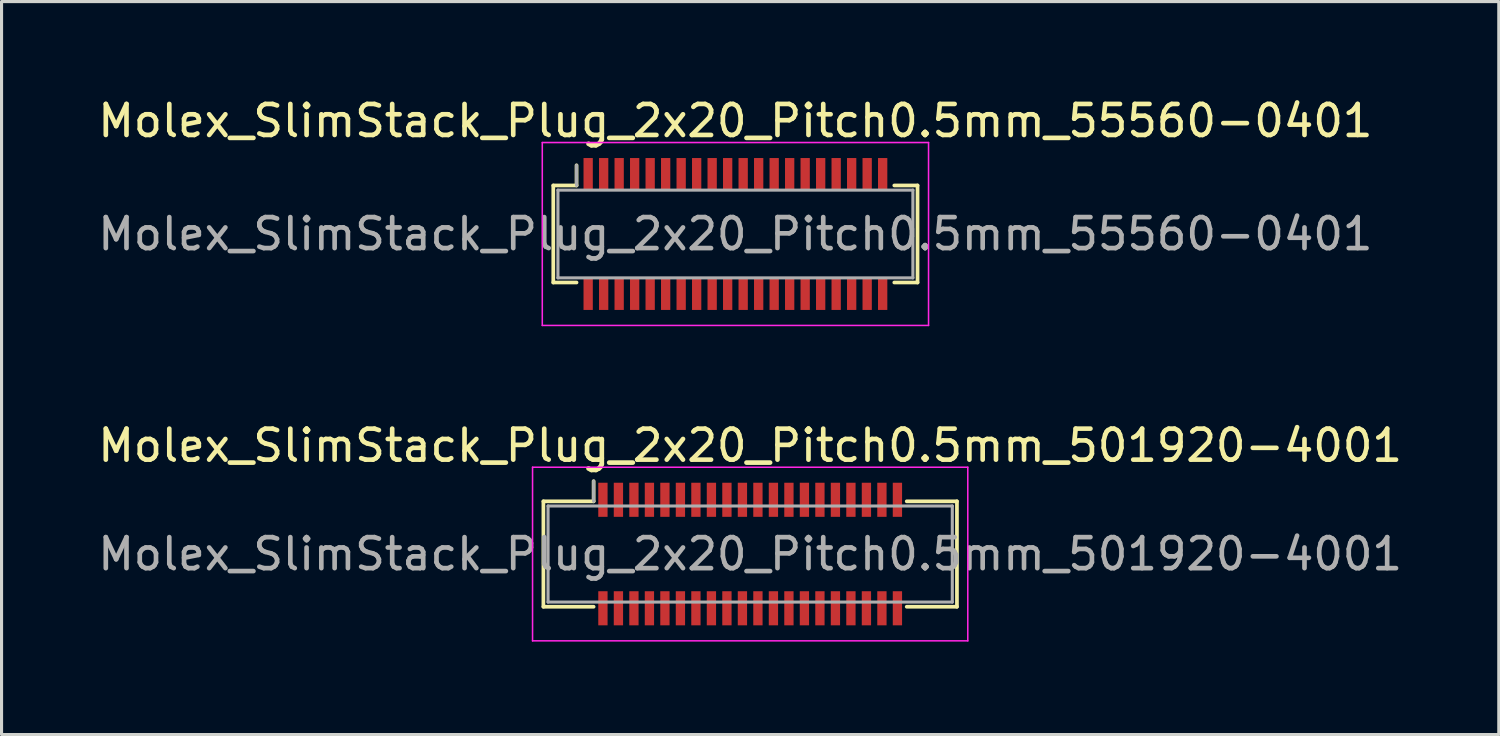
<source format=kicad_pcb>
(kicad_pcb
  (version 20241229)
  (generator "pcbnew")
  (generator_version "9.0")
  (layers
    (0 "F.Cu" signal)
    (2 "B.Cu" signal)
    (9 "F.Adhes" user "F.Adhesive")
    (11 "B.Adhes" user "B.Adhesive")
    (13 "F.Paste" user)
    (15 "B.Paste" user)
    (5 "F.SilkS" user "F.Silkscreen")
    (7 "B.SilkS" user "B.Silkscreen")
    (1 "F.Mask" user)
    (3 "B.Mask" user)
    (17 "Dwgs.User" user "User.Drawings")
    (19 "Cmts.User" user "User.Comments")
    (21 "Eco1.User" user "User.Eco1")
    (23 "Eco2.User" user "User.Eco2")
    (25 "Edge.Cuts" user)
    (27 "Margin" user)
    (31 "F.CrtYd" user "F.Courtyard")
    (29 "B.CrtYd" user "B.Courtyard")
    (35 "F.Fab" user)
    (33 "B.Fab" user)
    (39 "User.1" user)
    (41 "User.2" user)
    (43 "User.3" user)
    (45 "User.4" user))
  (footprint "Molex_SlimStack_Plug_2x20_Pitch0.5mm_501920-4001"
    (layer "F.Cu")
    (at 21.149 14.822)
    (property "Reference" "Molex_SlimStack_Plug_2x20_Pitch0.5mm_501920-4001" (at 0 -3.5 0) (layer "F.SilkS") (effects (font (size 1 1) (thickness 0.15))))
    (attr smd)
    (fp_line (start -6.67 -1.7) (end -5.05 -1.7) (stroke (width 0.12) (type solid)) (layer "F.SilkS"))
    (fp_line (start -6.67 1.7) (end -6.67 -1.7) (stroke (width 0.12) (type solid)) (layer "F.SilkS"))
    (fp_line (start -5.05 -1.7) (end -5.05 -2.35) (stroke (width 0.12) (type solid)) (layer "F.SilkS"))
    (fp_line (start -5.05 1.7) (end -6.67 1.7) (stroke (width 0.12) (type solid)) (layer "F.SilkS"))
    (fp_line (start 5.05 1.7) (end 6.67 1.7) (stroke (width 0.12) (type solid)) (layer "F.SilkS"))
    (fp_line (start 6.67 -1.7) (end 5.05 -1.7) (stroke (width 0.12) (type solid)) (layer "F.SilkS"))
    (fp_line (start 6.67 1.7) (end 6.67 -1.7) (stroke (width 0.12) (type solid)) (layer "F.SilkS"))
    (fp_line (start -7.02 -2.8) (end -7.02 2.8) (stroke (width 0.05) (type solid)) (layer "F.CrtYd"))
    (fp_line (start -7.02 2.8) (end 7.02 2.8) (stroke (width 0.05) (type solid)) (layer "F.CrtYd"))
    (fp_line (start 7.02 -2.8) (end -7.02 -2.8) (stroke (width 0.05) (type solid)) (layer "F.CrtYd"))
    (fp_line (start 7.02 2.8) (end 7.02 -2.8) (stroke (width 0.05) (type solid)) (layer "F.CrtYd"))
    (fp_line (start -6.52 -1.55) (end -6.52 1.55) (stroke (width 0.1) (type solid)) (layer "F.Fab"))
    (fp_line (start -6.52 1.55) (end 6.52 1.55) (stroke (width 0.1) (type solid)) (layer "F.Fab"))
    (fp_line (start -5.05 -1.7) (end -5.05 -2.35) (stroke (width 0.1) (type solid)) (layer "F.Fab"))
    (fp_line (start 6.52 -1.55) (end -6.52 -1.55) (stroke (width 0.1) (type solid)) (layer "F.Fab"))
    (fp_line (start 6.52 1.55) (end 6.52 -1.55) (stroke (width 0.1) (type solid)) (layer "F.Fab"))
    (fp_text user "${REFERENCE}" (at 0 0 0) (layer "F.Fab") (effects (font (size 1 1) (thickness 0.15))))
    (pad "1" smd rect (at -4.75 -1.75) (size 0.3 1.1) (layers "F.Cu" "F.Mask" "F.Paste"))
    (pad "2" smd rect (at -4.75 1.75) (size 0.3 1.1) (layers "F.Cu" "F.Mask" "F.Paste"))
    (pad "3" smd rect (at -4.25 -1.75) (size 0.3 1.1) (layers "F.Cu" "F.Mask" "F.Paste"))
    (pad "4" smd rect (at -4.25 1.75) (size 0.3 1.1) (layers "F.Cu" "F.Mask" "F.Paste"))
    (pad "5" smd rect (at -3.75 -1.75) (size 0.3 1.1) (layers "F.Cu" "F.Mask" "F.Paste"))
    (pad "6" smd rect (at -3.75 1.75) (size 0.3 1.1) (layers "F.Cu" "F.Mask" "F.Paste"))
    (pad "7" smd rect (at -3.25 -1.75) (size 0.3 1.1) (layers "F.Cu" "F.Mask" "F.Paste"))
    (pad "8" smd rect (at -3.25 1.75) (size 0.3 1.1) (layers "F.Cu" "F.Mask" "F.Paste"))
    (pad "9" smd rect (at -2.75 -1.75) (size 0.3 1.1) (layers "F.Cu" "F.Mask" "F.Paste"))
    (pad "10" smd rect (at -2.75 1.75) (size 0.3 1.1) (layers "F.Cu" "F.Mask" "F.Paste"))
    (pad "11" smd rect (at -2.25 -1.75) (size 0.3 1.1) (layers "F.Cu" "F.Mask" "F.Paste"))
    (pad "12" smd rect (at -2.25 1.75) (size 0.3 1.1) (layers "F.Cu" "F.Mask" "F.Paste"))
    (pad "13" smd rect (at -1.75 -1.75) (size 0.3 1.1) (layers "F.Cu" "F.Mask" "F.Paste"))
    (pad "14" smd rect (at -1.75 1.75) (size 0.3 1.1) (layers "F.Cu" "F.Mask" "F.Paste"))
    (pad "15" smd rect (at -1.25 -1.75) (size 0.3 1.1) (layers "F.Cu" "F.Mask" "F.Paste"))
    (pad "16" smd rect (at -1.25 1.75) (size 0.3 1.1) (layers "F.Cu" "F.Mask" "F.Paste"))
    (pad "17" smd rect (at -0.75 -1.75) (size 0.3 1.1) (layers "F.Cu" "F.Mask" "F.Paste"))
    (pad "18" smd rect (at -0.75 1.75) (size 0.3 1.1) (layers "F.Cu" "F.Mask" "F.Paste"))
    (pad "19" smd rect (at -0.25 -1.75) (size 0.3 1.1) (layers "F.Cu" "F.Mask" "F.Paste"))
    (pad "20" smd rect (at -0.25 1.75) (size 0.3 1.1) (layers "F.Cu" "F.Mask" "F.Paste"))
    (pad "21" smd rect (at 0.25 -1.75) (size 0.3 1.1) (layers "F.Cu" "F.Mask" "F.Paste"))
    (pad "22" smd rect (at 0.25 1.75) (size 0.3 1.1) (layers "F.Cu" "F.Mask" "F.Paste"))
    (pad "23" smd rect (at 0.75 -1.75) (size 0.3 1.1) (layers "F.Cu" "F.Mask" "F.Paste"))
    (pad "24" smd rect (at 0.75 1.75) (size 0.3 1.1) (layers "F.Cu" "F.Mask" "F.Paste"))
    (pad "25" smd rect (at 1.25 -1.75) (size 0.3 1.1) (layers "F.Cu" "F.Mask" "F.Paste"))
    (pad "26" smd rect (at 1.25 1.75) (size 0.3 1.1) (layers "F.Cu" "F.Mask" "F.Paste"))
    (pad "27" smd rect (at 1.75 -1.75) (size 0.3 1.1) (layers "F.Cu" "F.Mask" "F.Paste"))
    (pad "28" smd rect (at 1.75 1.75) (size 0.3 1.1) (layers "F.Cu" "F.Mask" "F.Paste"))
    (pad "29" smd rect (at 2.25 -1.75) (size 0.3 1.1) (layers "F.Cu" "F.Mask" "F.Paste"))
    (pad "30" smd rect (at 2.25 1.75) (size 0.3 1.1) (layers "F.Cu" "F.Mask" "F.Paste"))
    (pad "31" smd rect (at 2.75 -1.75) (size 0.3 1.1) (layers "F.Cu" "F.Mask" "F.Paste"))
    (pad "32" smd rect (at 2.75 1.75) (size 0.3 1.1) (layers "F.Cu" "F.Mask" "F.Paste"))
    (pad "33" smd rect (at 3.25 -1.75) (size 0.3 1.1) (layers "F.Cu" "F.Mask" "F.Paste"))
    (pad "34" smd rect (at 3.25 1.75) (size 0.3 1.1) (layers "F.Cu" "F.Mask" "F.Paste"))
    (pad "35" smd rect (at 3.75 -1.75) (size 0.3 1.1) (layers "F.Cu" "F.Mask" "F.Paste"))
    (pad "36" smd rect (at 3.75 1.75) (size 0.3 1.1) (layers "F.Cu" "F.Mask" "F.Paste"))
    (pad "37" smd rect (at 4.25 -1.75) (size 0.3 1.1) (layers "F.Cu" "F.Mask" "F.Paste"))
    (pad "38" smd rect (at 4.25 1.75) (size 0.3 1.1) (layers "F.Cu" "F.Mask" "F.Paste"))
    (pad "39" smd rect (at 4.75 -1.75) (size 0.3 1.1) (layers "F.Cu" "F.Mask" "F.Paste"))
    (pad "40" smd rect (at 4.75 1.75) (size 0.3 1.1) (layers "F.Cu" "F.Mask" "F.Paste")))
  (footprint "Molex_SlimStack_Plug_2x20_Pitch0.5mm_55560-0401"
    (layer "F.Cu")
    (at 20.673 4.498)
    (property "Reference" "Molex_SlimStack_Plug_2x20_Pitch0.5mm_55560-0401" (at 0 -3.65 0) (layer "F.SilkS") (effects (font (size 1 1) (thickness 0.15))))
    (attr smd)
    (fp_line (start -5.875 -1.565) (end -5.125 -1.565) (stroke (width 0.12) (type solid)) (layer "F.SilkS"))
    (fp_line (start -5.875 1.565) (end -5.875 -1.565) (stroke (width 0.12) (type solid)) (layer "F.SilkS"))
    (fp_line (start -5.125 -1.565) (end -5.125 -2.215) (stroke (width 0.12) (type solid)) (layer "F.SilkS"))
    (fp_line (start -5.125 1.565) (end -5.875 1.565) (stroke (width 0.12) (type solid)) (layer "F.SilkS"))
    (fp_line (start 5.125 1.565) (end 5.875 1.565) (stroke (width 0.12) (type solid)) (layer "F.SilkS"))
    (fp_line (start 5.875 -1.565) (end 5.125 -1.565) (stroke (width 0.12) (type solid)) (layer "F.SilkS"))
    (fp_line (start 5.875 1.565) (end 5.875 -1.565) (stroke (width 0.12) (type solid)) (layer "F.SilkS"))
    (fp_line (start -6.23 -2.95) (end -6.23 2.95) (stroke (width 0.05) (type solid)) (layer "F.CrtYd"))
    (fp_line (start -6.23 2.95) (end 6.23 2.95) (stroke (width 0.05) (type solid)) (layer "F.CrtYd"))
    (fp_line (start 6.23 -2.95) (end -6.23 -2.95) (stroke (width 0.05) (type solid)) (layer "F.CrtYd"))
    (fp_line (start 6.23 2.95) (end 6.23 -2.95) (stroke (width 0.05) (type solid)) (layer "F.CrtYd"))
    (fp_line (start -5.725 -1.415) (end -5.725 1.415) (stroke (width 0.1) (type solid)) (layer "F.Fab"))
    (fp_line (start -5.725 1.415) (end 5.725 1.415) (stroke (width 0.1) (type solid)) (layer "F.Fab"))
    (fp_line (start -5.125 -1.565) (end -5.125 -2.215) (stroke (width 0.1) (type solid)) (layer "F.Fab"))
    (fp_line (start 5.725 -1.415) (end -5.725 -1.415) (stroke (width 0.1) (type solid)) (layer "F.Fab"))
    (fp_line (start 5.725 1.415) (end 5.725 -1.415) (stroke (width 0.1) (type solid)) (layer "F.Fab"))
    (fp_text user "${REFERENCE}" (at 0 0 0) (layer "F.Fab") (effects (font (size 1 1) (thickness 0.15))))
    (pad "1" smd rect (at -4.75 -1.95) (size 0.3 1) (layers "F.Cu" "F.Mask" "F.Paste"))
    (pad "2" smd rect (at -4.75 1.95) (size 0.3 1) (layers "F.Cu" "F.Mask" "F.Paste"))
    (pad "3" smd rect (at -4.25 -1.95) (size 0.3 1) (layers "F.Cu" "F.Mask" "F.Paste"))
    (pad "4" smd rect (at -4.25 1.95) (size 0.3 1) (layers "F.Cu" "F.Mask" "F.Paste"))
    (pad "5" smd rect (at -3.75 -1.95) (size 0.3 1) (layers "F.Cu" "F.Mask" "F.Paste"))
    (pad "6" smd rect (at -3.75 1.95) (size 0.3 1) (layers "F.Cu" "F.Mask" "F.Paste"))
    (pad "7" smd rect (at -3.25 -1.95) (size 0.3 1) (layers "F.Cu" "F.Mask" "F.Paste"))
    (pad "8" smd rect (at -3.25 1.95) (size 0.3 1) (layers "F.Cu" "F.Mask" "F.Paste"))
    (pad "9" smd rect (at -2.75 -1.95) (size 0.3 1) (layers "F.Cu" "F.Mask" "F.Paste"))
    (pad "10" smd rect (at -2.75 1.95) (size 0.3 1) (layers "F.Cu" "F.Mask" "F.Paste"))
    (pad "11" smd rect (at -2.25 -1.95) (size 0.3 1) (layers "F.Cu" "F.Mask" "F.Paste"))
    (pad "12" smd rect (at -2.25 1.95) (size 0.3 1) (layers "F.Cu" "F.Mask" "F.Paste"))
    (pad "13" smd rect (at -1.75 -1.95) (size 0.3 1) (layers "F.Cu" "F.Mask" "F.Paste"))
    (pad "14" smd rect (at -1.75 1.95) (size 0.3 1) (layers "F.Cu" "F.Mask" "F.Paste"))
    (pad "15" smd rect (at -1.25 -1.95) (size 0.3 1) (layers "F.Cu" "F.Mask" "F.Paste"))
    (pad "16" smd rect (at -1.25 1.95) (size 0.3 1) (layers "F.Cu" "F.Mask" "F.Paste"))
    (pad "17" smd rect (at -0.75 -1.95) (size 0.3 1) (layers "F.Cu" "F.Mask" "F.Paste"))
    (pad "18" smd rect (at -0.75 1.95) (size 0.3 1) (layers "F.Cu" "F.Mask" "F.Paste"))
    (pad "19" smd rect (at -0.25 -1.95) (size 0.3 1) (layers "F.Cu" "F.Mask" "F.Paste"))
    (pad "20" smd rect (at -0.25 1.95) (size 0.3 1) (layers "F.Cu" "F.Mask" "F.Paste"))
    (pad "21" smd rect (at 0.25 -1.95) (size 0.3 1) (layers "F.Cu" "F.Mask" "F.Paste"))
    (pad "22" smd rect (at 0.25 1.95) (size 0.3 1) (layers "F.Cu" "F.Mask" "F.Paste"))
    (pad "23" smd rect (at 0.75 -1.95) (size 0.3 1) (layers "F.Cu" "F.Mask" "F.Paste"))
    (pad "24" smd rect (at 0.75 1.95) (size 0.3 1) (layers "F.Cu" "F.Mask" "F.Paste"))
    (pad "25" smd rect (at 1.25 -1.95) (size 0.3 1) (layers "F.Cu" "F.Mask" "F.Paste"))
    (pad "26" smd rect (at 1.25 1.95) (size 0.3 1) (layers "F.Cu" "F.Mask" "F.Paste"))
    (pad "27" smd rect (at 1.75 -1.95) (size 0.3 1) (layers "F.Cu" "F.Mask" "F.Paste"))
    (pad "28" smd rect (at 1.75 1.95) (size 0.3 1) (layers "F.Cu" "F.Mask" "F.Paste"))
    (pad "29" smd rect (at 2.25 -1.95) (size 0.3 1) (layers "F.Cu" "F.Mask" "F.Paste"))
    (pad "30" smd rect (at 2.25 1.95) (size 0.3 1) (layers "F.Cu" "F.Mask" "F.Paste"))
    (pad "31" smd rect (at 2.75 -1.95) (size 0.3 1) (layers "F.Cu" "F.Mask" "F.Paste"))
    (pad "32" smd rect (at 2.75 1.95) (size 0.3 1) (layers "F.Cu" "F.Mask" "F.Paste"))
    (pad "33" smd rect (at 3.25 -1.95) (size 0.3 1) (layers "F.Cu" "F.Mask" "F.Paste"))
    (pad "34" smd rect (at 3.25 1.95) (size 0.3 1) (layers "F.Cu" "F.Mask" "F.Paste"))
    (pad "35" smd rect (at 3.75 -1.95) (size 0.3 1) (layers "F.Cu" "F.Mask" "F.Paste"))
    (pad "36" smd rect (at 3.75 1.95) (size 0.3 1) (layers "F.Cu" "F.Mask" "F.Paste"))
    (pad "37" smd rect (at 4.25 -1.95) (size 0.3 1) (layers "F.Cu" "F.Mask" "F.Paste"))
    (pad "38" smd rect (at 4.25 1.95) (size 0.3 1) (layers "F.Cu" "F.Mask" "F.Paste"))
    (pad "39" smd rect (at 4.75 -1.95) (size 0.3 1) (layers "F.Cu" "F.Mask" "F.Paste"))
    (pad "40" smd rect (at 4.75 1.95) (size 0.3 1) (layers "F.Cu" "F.Mask" "F.Paste")))
  (gr_rect
    (start -3 -3)
    (end 45.298 20.646)
    (stroke (width 0.1) (type default))
    (fill no)
    (layer "Edge.Cuts")))
</source>
